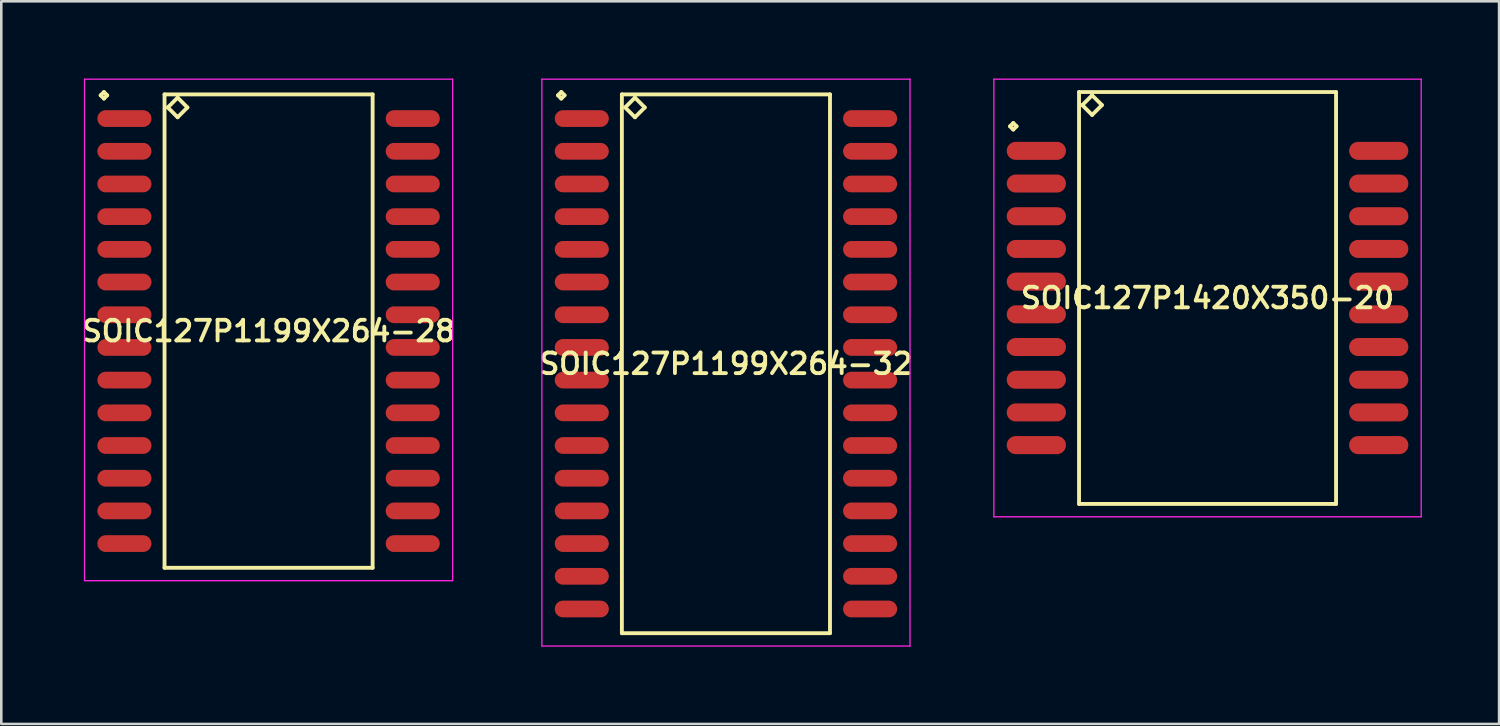
<source format=kicad_pcb>
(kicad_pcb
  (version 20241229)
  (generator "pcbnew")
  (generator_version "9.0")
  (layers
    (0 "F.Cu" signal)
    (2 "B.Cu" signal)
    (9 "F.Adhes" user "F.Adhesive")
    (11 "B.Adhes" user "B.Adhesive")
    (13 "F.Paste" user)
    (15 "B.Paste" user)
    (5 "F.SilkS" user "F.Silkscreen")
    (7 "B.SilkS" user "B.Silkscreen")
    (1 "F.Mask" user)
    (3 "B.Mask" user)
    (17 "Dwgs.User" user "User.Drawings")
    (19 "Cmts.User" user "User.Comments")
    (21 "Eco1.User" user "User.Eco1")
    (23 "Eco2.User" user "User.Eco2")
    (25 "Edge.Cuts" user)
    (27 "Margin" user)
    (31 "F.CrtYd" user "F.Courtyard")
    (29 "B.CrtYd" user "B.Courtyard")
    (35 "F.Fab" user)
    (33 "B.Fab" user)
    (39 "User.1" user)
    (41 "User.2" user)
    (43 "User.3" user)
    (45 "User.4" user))
  (footprint "SOIC127P1199X264-28"
    (layer "F.Cu")
    (at 7.383 9.811)
    (property "Reference" "SOIC127P1199X264-28" (at 0 0 0) (layer "F.SilkS") (effects (font (size 0.8 0.8) (thickness 0.15))))
    (attr smd)
    (fp_line (start -6.523 -9.159) (end -6.396 -9.286) (stroke (width 0.15) (type solid)) (layer "F.SilkS"))
    (fp_line (start -6.396 -9.286) (end -6.269 -9.159) (stroke (width 0.15) (type solid)) (layer "F.SilkS"))
    (fp_line (start -6.396 -9.032) (end -6.523 -9.159) (stroke (width 0.15) (type solid)) (layer "F.SilkS"))
    (fp_line (start -6.269 -9.159) (end -6.396 -9.032) (stroke (width 0.15) (type solid)) (layer "F.SilkS"))
    (fp_line (start -4.042 -9.195) (end -4.042 9.195) (stroke (width 0.15) (type solid)) (layer "F.SilkS"))
    (fp_line (start -4.042 9.195) (end 4.042 9.195) (stroke (width 0.15) (type solid)) (layer "F.SilkS"))
    (fp_line (start -3.915 -8.687) (end -3.534 -9.068) (stroke (width 0.15) (type solid)) (layer "F.SilkS"))
    (fp_line (start -3.534 -9.068) (end -3.153 -8.687) (stroke (width 0.15) (type solid)) (layer "F.SilkS"))
    (fp_line (start -3.534 -8.306) (end -3.915 -8.687) (stroke (width 0.15) (type solid)) (layer "F.SilkS"))
    (fp_line (start -3.153 -8.687) (end -3.534 -8.306) (stroke (width 0.15) (type solid)) (layer "F.SilkS"))
    (fp_line (start 4.042 -9.195) (end -4.042 -9.195) (stroke (width 0.15) (type solid)) (layer "F.SilkS"))
    (fp_line (start 4.042 9.195) (end 4.042 -9.195) (stroke (width 0.15) (type solid)) (layer "F.SilkS"))
    (fp_line (start -7.15 -9.786) (end 7.15 -9.786) (stroke (width 0.05) (type solid)) (layer "F.CrtYd"))
    (fp_line (start -7.15 9.695) (end -7.15 -9.786) (stroke (width 0.05) (type solid)) (layer "F.CrtYd"))
    (fp_line (start 7.15 -9.786) (end 7.15 9.695) (stroke (width 0.05) (type solid)) (layer "F.CrtYd"))
    (fp_line (start 7.15 9.695) (end -7.15 9.695) (stroke (width 0.05) (type solid)) (layer "F.CrtYd"))
    (pad "1" smd oval (at -5.6 -8.255) (size 2.1 0.65) (layers "F.Cu" "F.Mask" "F.Paste"))
    (pad "2" smd oval (at -5.6 -6.985) (size 2.1 0.65) (layers "F.Cu" "F.Mask" "F.Paste"))
    (pad "3" smd oval (at -5.6 -5.715) (size 2.1 0.65) (layers "F.Cu" "F.Mask" "F.Paste"))
    (pad "4" smd oval (at -5.6 -4.445) (size 2.1 0.65) (layers "F.Cu" "F.Mask" "F.Paste"))
    (pad "5" smd oval (at -5.6 -3.175) (size 2.1 0.65) (layers "F.Cu" "F.Mask" "F.Paste"))
    (pad "6" smd oval (at -5.6 -1.905) (size 2.1 0.65) (layers "F.Cu" "F.Mask" "F.Paste"))
    (pad "7" smd oval (at -5.6 -0.635) (size 2.1 0.65) (layers "F.Cu" "F.Mask" "F.Paste"))
    (pad "8" smd oval (at -5.6 0.635) (size 2.1 0.65) (layers "F.Cu" "F.Mask" "F.Paste"))
    (pad "9" smd oval (at -5.6 1.905) (size 2.1 0.65) (layers "F.Cu" "F.Mask" "F.Paste"))
    (pad "10" smd oval (at -5.6 3.175) (size 2.1 0.65) (layers "F.Cu" "F.Mask" "F.Paste"))
    (pad "11" smd oval (at -5.6 4.445) (size 2.1 0.65) (layers "F.Cu" "F.Mask" "F.Paste"))
    (pad "12" smd oval (at -5.6 5.715) (size 2.1 0.65) (layers "F.Cu" "F.Mask" "F.Paste"))
    (pad "13" smd oval (at -5.6 6.985) (size 2.1 0.65) (layers "F.Cu" "F.Mask" "F.Paste"))
    (pad "14" smd oval (at -5.6 8.255) (size 2.1 0.65) (layers "F.Cu" "F.Mask" "F.Paste"))
    (pad "15" smd oval (at 5.6 8.255) (size 2.1 0.65) (layers "F.Cu" "F.Mask" "F.Paste"))
    (pad "16" smd oval (at 5.6 6.985) (size 2.1 0.65) (layers "F.Cu" "F.Mask" "F.Paste"))
    (pad "17" smd oval (at 5.6 5.715) (size 2.1 0.65) (layers "F.Cu" "F.Mask" "F.Paste"))
    (pad "18" smd oval (at 5.6 4.445) (size 2.1 0.65) (layers "F.Cu" "F.Mask" "F.Paste"))
    (pad "19" smd oval (at 5.6 3.175) (size 2.1 0.65) (layers "F.Cu" "F.Mask" "F.Paste"))
    (pad "20" smd oval (at 5.6 1.905) (size 2.1 0.65) (layers "F.Cu" "F.Mask" "F.Paste"))
    (pad "21" smd oval (at 5.6 0.635) (size 2.1 0.65) (layers "F.Cu" "F.Mask" "F.Paste"))
    (pad "22" smd oval (at 5.6 -0.635) (size 2.1 0.65) (layers "F.Cu" "F.Mask" "F.Paste"))
    (pad "23" smd oval (at 5.6 -1.905) (size 2.1 0.65) (layers "F.Cu" "F.Mask" "F.Paste"))
    (pad "24" smd oval (at 5.6 -3.175) (size 2.1 0.65) (layers "F.Cu" "F.Mask" "F.Paste"))
    (pad "25" smd oval (at 5.6 -4.445) (size 2.1 0.65) (layers "F.Cu" "F.Mask" "F.Paste"))
    (pad "26" smd oval (at 5.6 -5.715) (size 2.1 0.65) (layers "F.Cu" "F.Mask" "F.Paste"))
    (pad "27" smd oval (at 5.6 -6.985) (size 2.1 0.65) (layers "F.Cu" "F.Mask" "F.Paste"))
    (pad "28" smd oval (at 5.6 -8.255) (size 2.1 0.65) (layers "F.Cu" "F.Mask" "F.Paste")))
  (footprint "SOIC127P1199X264-32"
    (layer "F.Cu")
    (at 25.149 11.081)
    (property "Reference" "SOIC127P1199X264-32" (at 0 0 0) (layer "F.SilkS") (effects (font (size 0.8 0.8) (thickness 0.15))))
    (attr smd)
    (fp_line (start -6.523 -10.429) (end -6.396 -10.556) (stroke (width 0.15) (type solid)) (layer "F.SilkS"))
    (fp_line (start -6.396 -10.556) (end -6.269 -10.429) (stroke (width 0.15) (type solid)) (layer "F.SilkS"))
    (fp_line (start -6.396 -10.302) (end -6.523 -10.429) (stroke (width 0.15) (type solid)) (layer "F.SilkS"))
    (fp_line (start -6.269 -10.429) (end -6.396 -10.302) (stroke (width 0.15) (type solid)) (layer "F.SilkS"))
    (fp_line (start -4.042 -10.465) (end -4.042 10.465) (stroke (width 0.15) (type solid)) (layer "F.SilkS"))
    (fp_line (start -4.042 10.465) (end 4.042 10.465) (stroke (width 0.15) (type solid)) (layer "F.SilkS"))
    (fp_line (start -3.915 -9.957) (end -3.534 -10.338) (stroke (width 0.15) (type solid)) (layer "F.SilkS"))
    (fp_line (start -3.534 -10.338) (end -3.153 -9.957) (stroke (width 0.15) (type solid)) (layer "F.SilkS"))
    (fp_line (start -3.534 -9.576) (end -3.915 -9.957) (stroke (width 0.15) (type solid)) (layer "F.SilkS"))
    (fp_line (start -3.153 -9.957) (end -3.534 -9.576) (stroke (width 0.15) (type solid)) (layer "F.SilkS"))
    (fp_line (start 4.042 -10.465) (end -4.042 -10.465) (stroke (width 0.15) (type solid)) (layer "F.SilkS"))
    (fp_line (start 4.042 10.465) (end 4.042 -10.465) (stroke (width 0.15) (type solid)) (layer "F.SilkS"))
    (fp_line (start -7.15 -11.056) (end 7.15 -11.056) (stroke (width 0.05) (type solid)) (layer "F.CrtYd"))
    (fp_line (start -7.15 10.965) (end -7.15 -11.056) (stroke (width 0.05) (type solid)) (layer "F.CrtYd"))
    (fp_line (start 7.15 -11.056) (end 7.15 10.965) (stroke (width 0.05) (type solid)) (layer "F.CrtYd"))
    (fp_line (start 7.15 10.965) (end -7.15 10.965) (stroke (width 0.05) (type solid)) (layer "F.CrtYd"))
    (pad "1" smd oval (at -5.6 -9.525) (size 2.1 0.65) (layers "F.Cu" "F.Mask" "F.Paste"))
    (pad "2" smd oval (at -5.6 -8.255) (size 2.1 0.65) (layers "F.Cu" "F.Mask" "F.Paste"))
    (pad "3" smd oval (at -5.6 -6.985) (size 2.1 0.65) (layers "F.Cu" "F.Mask" "F.Paste"))
    (pad "4" smd oval (at -5.6 -5.715) (size 2.1 0.65) (layers "F.Cu" "F.Mask" "F.Paste"))
    (pad "5" smd oval (at -5.6 -4.445) (size 2.1 0.65) (layers "F.Cu" "F.Mask" "F.Paste"))
    (pad "6" smd oval (at -5.6 -3.175) (size 2.1 0.65) (layers "F.Cu" "F.Mask" "F.Paste"))
    (pad "7" smd oval (at -5.6 -1.905) (size 2.1 0.65) (layers "F.Cu" "F.Mask" "F.Paste"))
    (pad "8" smd oval (at -5.6 -0.635) (size 2.1 0.65) (layers "F.Cu" "F.Mask" "F.Paste"))
    (pad "9" smd oval (at -5.6 0.635) (size 2.1 0.65) (layers "F.Cu" "F.Mask" "F.Paste"))
    (pad "10" smd oval (at -5.6 1.905) (size 2.1 0.65) (layers "F.Cu" "F.Mask" "F.Paste"))
    (pad "11" smd oval (at -5.6 3.175) (size 2.1 0.65) (layers "F.Cu" "F.Mask" "F.Paste"))
    (pad "12" smd oval (at -5.6 4.445) (size 2.1 0.65) (layers "F.Cu" "F.Mask" "F.Paste"))
    (pad "13" smd oval (at -5.6 5.715) (size 2.1 0.65) (layers "F.Cu" "F.Mask" "F.Paste"))
    (pad "14" smd oval (at -5.6 6.985) (size 2.1 0.65) (layers "F.Cu" "F.Mask" "F.Paste"))
    (pad "15" smd oval (at -5.6 8.255) (size 2.1 0.65) (layers "F.Cu" "F.Mask" "F.Paste"))
    (pad "16" smd oval (at -5.6 9.525) (size 2.1 0.65) (layers "F.Cu" "F.Mask" "F.Paste"))
    (pad "17" smd oval (at 5.6 9.525) (size 2.1 0.65) (layers "F.Cu" "F.Mask" "F.Paste"))
    (pad "18" smd oval (at 5.6 8.255) (size 2.1 0.65) (layers "F.Cu" "F.Mask" "F.Paste"))
    (pad "19" smd oval (at 5.6 6.985) (size 2.1 0.65) (layers "F.Cu" "F.Mask" "F.Paste"))
    (pad "20" smd oval (at 5.6 5.715) (size 2.1 0.65) (layers "F.Cu" "F.Mask" "F.Paste"))
    (pad "21" smd oval (at 5.6 4.445) (size 2.1 0.65) (layers "F.Cu" "F.Mask" "F.Paste"))
    (pad "22" smd oval (at 5.6 3.175) (size 2.1 0.65) (layers "F.Cu" "F.Mask" "F.Paste"))
    (pad "23" smd oval (at 5.6 1.905) (size 2.1 0.65) (layers "F.Cu" "F.Mask" "F.Paste"))
    (pad "24" smd oval (at 5.6 0.635) (size 2.1 0.65) (layers "F.Cu" "F.Mask" "F.Paste"))
    (pad "25" smd oval (at 5.6 -0.635) (size 2.1 0.65) (layers "F.Cu" "F.Mask" "F.Paste"))
    (pad "26" smd oval (at 5.6 -1.905) (size 2.1 0.65) (layers "F.Cu" "F.Mask" "F.Paste"))
    (pad "27" smd oval (at 5.6 -3.175) (size 2.1 0.65) (layers "F.Cu" "F.Mask" "F.Paste"))
    (pad "28" smd oval (at 5.6 -4.445) (size 2.1 0.65) (layers "F.Cu" "F.Mask" "F.Paste"))
    (pad "29" smd oval (at 5.6 -5.715) (size 2.1 0.65) (layers "F.Cu" "F.Mask" "F.Paste"))
    (pad "30" smd oval (at 5.6 -6.985) (size 2.1 0.65) (layers "F.Cu" "F.Mask" "F.Paste"))
    (pad "31" smd oval (at 5.6 -8.255) (size 2.1 0.65) (layers "F.Cu" "F.Mask" "F.Paste"))
    (pad "32" smd oval (at 5.6 -9.525) (size 2.1 0.65) (layers "F.Cu" "F.Mask" "F.Paste")))
  (footprint "SOIC127P1420X350-20"
    (layer "F.Cu")
    (at 43.857 8.525)
    (property "Reference" "SOIC127P1420X350-20" (at 0 0 0) (layer "F.SilkS") (effects (font (size 0.8 0.8) (thickness 0.15))))
    (attr smd)
    (fp_line (start -7.673 -6.669) (end -7.546 -6.796) (stroke (width 0.15) (type solid)) (layer "F.SilkS"))
    (fp_line (start -7.546 -6.796) (end -7.419 -6.669) (stroke (width 0.15) (type solid)) (layer "F.SilkS"))
    (fp_line (start -7.546 -6.542) (end -7.673 -6.669) (stroke (width 0.15) (type solid)) (layer "F.SilkS"))
    (fp_line (start -7.419 -6.669) (end -7.546 -6.542) (stroke (width 0.15) (type solid)) (layer "F.SilkS"))
    (fp_line (start -4.992 -8) (end -4.992 8) (stroke (width 0.15) (type solid)) (layer "F.SilkS"))
    (fp_line (start -4.992 8) (end 4.992 8) (stroke (width 0.15) (type solid)) (layer "F.SilkS"))
    (fp_line (start -4.865 -7.492) (end -4.484 -7.873) (stroke (width 0.15) (type solid)) (layer "F.SilkS"))
    (fp_line (start -4.484 -7.873) (end -4.103 -7.492) (stroke (width 0.15) (type solid)) (layer "F.SilkS"))
    (fp_line (start -4.484 -7.111) (end -4.865 -7.492) (stroke (width 0.15) (type solid)) (layer "F.SilkS"))
    (fp_line (start -4.103 -7.492) (end -4.484 -7.111) (stroke (width 0.15) (type solid)) (layer "F.SilkS"))
    (fp_line (start 4.992 -8) (end -4.992 -8) (stroke (width 0.15) (type solid)) (layer "F.SilkS"))
    (fp_line (start 4.992 8) (end 4.992 -8) (stroke (width 0.15) (type solid)) (layer "F.SilkS"))
    (fp_line (start -8.3 -8.5) (end 8.3 -8.5) (stroke (width 0.05) (type solid)) (layer "F.CrtYd"))
    (fp_line (start -8.3 8.5) (end -8.3 -8.5) (stroke (width 0.05) (type solid)) (layer "F.CrtYd"))
    (fp_line (start 8.3 -8.5) (end 8.3 8.5) (stroke (width 0.05) (type solid)) (layer "F.CrtYd"))
    (fp_line (start 8.3 8.5) (end -8.3 8.5) (stroke (width 0.05) (type solid)) (layer "F.CrtYd"))
    (pad "1" smd oval (at -6.65 -5.715) (size 2.3 0.7) (layers "F.Cu" "F.Mask" "F.Paste"))
    (pad "2" smd oval (at -6.65 -4.445) (size 2.3 0.7) (layers "F.Cu" "F.Mask" "F.Paste"))
    (pad "3" smd oval (at -6.65 -3.175) (size 2.3 0.7) (layers "F.Cu" "F.Mask" "F.Paste"))
    (pad "4" smd oval (at -6.65 -1.905) (size 2.3 0.7) (layers "F.Cu" "F.Mask" "F.Paste"))
    (pad "5" smd oval (at -6.65 -0.635) (size 2.3 0.7) (layers "F.Cu" "F.Mask" "F.Paste"))
    (pad "6" smd oval (at -6.65 0.635) (size 2.3 0.7) (layers "F.Cu" "F.Mask" "F.Paste"))
    (pad "7" smd oval (at -6.65 1.905) (size 2.3 0.7) (layers "F.Cu" "F.Mask" "F.Paste"))
    (pad "8" smd oval (at -6.65 3.175) (size 2.3 0.7) (layers "F.Cu" "F.Mask" "F.Paste"))
    (pad "9" smd oval (at -6.65 4.445) (size 2.3 0.7) (layers "F.Cu" "F.Mask" "F.Paste"))
    (pad "10" smd oval (at -6.65 5.715) (size 2.3 0.7) (layers "F.Cu" "F.Mask" "F.Paste"))
    (pad "11" smd oval (at 6.65 5.715) (size 2.3 0.7) (layers "F.Cu" "F.Mask" "F.Paste"))
    (pad "12" smd oval (at 6.65 4.445) (size 2.3 0.7) (layers "F.Cu" "F.Mask" "F.Paste"))
    (pad "13" smd oval (at 6.65 3.175) (size 2.3 0.7) (layers "F.Cu" "F.Mask" "F.Paste"))
    (pad "14" smd oval (at 6.65 1.905) (size 2.3 0.7) (layers "F.Cu" "F.Mask" "F.Paste"))
    (pad "15" smd oval (at 6.65 0.635) (size 2.3 0.7) (layers "F.Cu" "F.Mask" "F.Paste"))
    (pad "16" smd oval (at 6.65 -0.635) (size 2.3 0.7) (layers "F.Cu" "F.Mask" "F.Paste"))
    (pad "17" smd oval (at 6.65 -1.905) (size 2.3 0.7) (layers "F.Cu" "F.Mask" "F.Paste"))
    (pad "18" smd oval (at 6.65 -3.175) (size 2.3 0.7) (layers "F.Cu" "F.Mask" "F.Paste"))
    (pad "19" smd oval (at 6.65 -4.445) (size 2.3 0.7) (layers "F.Cu" "F.Mask" "F.Paste"))
    (pad "20" smd oval (at 6.65 -5.715) (size 2.3 0.7) (layers "F.Cu" "F.Mask" "F.Paste")))
  (gr_rect
    (start -3 -3)
    (end 55.182 25.071)
    (stroke (width 0.1) (type default))
    (fill no)
    (layer "Edge.Cuts")))
</source>
